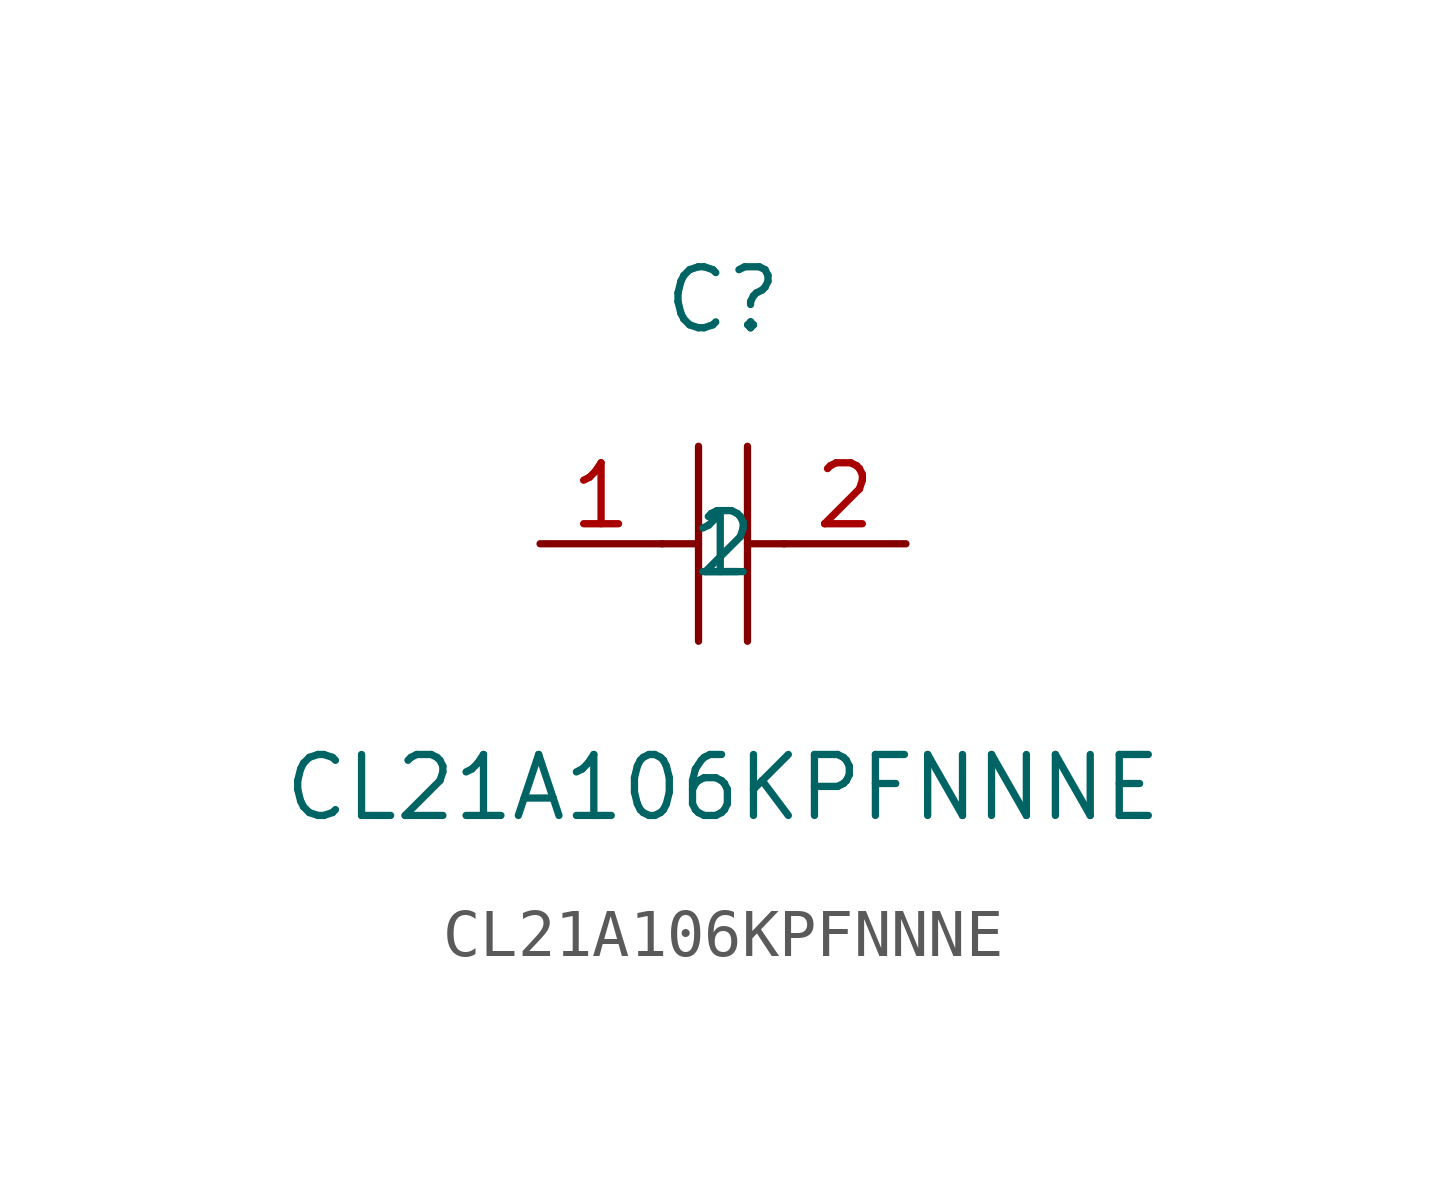
<source format=kicad_sym>
(kicad_symbol_lib
  (version 1)
  (generator "faebryk")
  (symbol "CL21A106KPFNNNE"
    (property "Reference" "C"
      (at 0 5.08 0)
      (effects (font (size 1.27 1.27)) (hide no)))
    (property "Value" "CL21A106KPFNNNE"
      (at 0 -5.08 0)
      (effects (font (size 1.27 1.27)) (hide no)))
    (symbol "CL21A106KPFNNNE_0_1"
      (polyline (stroke (width 0) (type default) (color 0 0 0 0)) (fill (type none)) (pts (xy -0.51 2.03) (xy -0.51 -2.03)))
      (polyline (stroke (width 0) (type default) (color 0 0 0 0)) (fill (type none)) (pts (xy 0.51 2.03) (xy 0.51 -2.03)))
      (polyline (stroke (width 0) (type default) (color 0 0 0 0)) (fill (type none)) (pts (xy -1.27 0) (xy -0.51 0)))
      (polyline (stroke (width 0) (type default) (color 0 0 0 0)) (fill (type none)) (pts (xy 0.51 0) (xy 1.27 0)))
      (pin input line (at -3.81 0 0) (length 2.54) (name "1" (effects (font (size 1.27 1.27)) (hide no))) (number "1" (effects (font (size 1.27 1.27)) (hide no))))
      (pin input line (at 3.81 0 180) (length 2.54) (name "2" (effects (font (size 1.27 1.27)) (hide no))) (number "2" (effects (font (size 1.27 1.27)) (hide no)))))))
</source>
